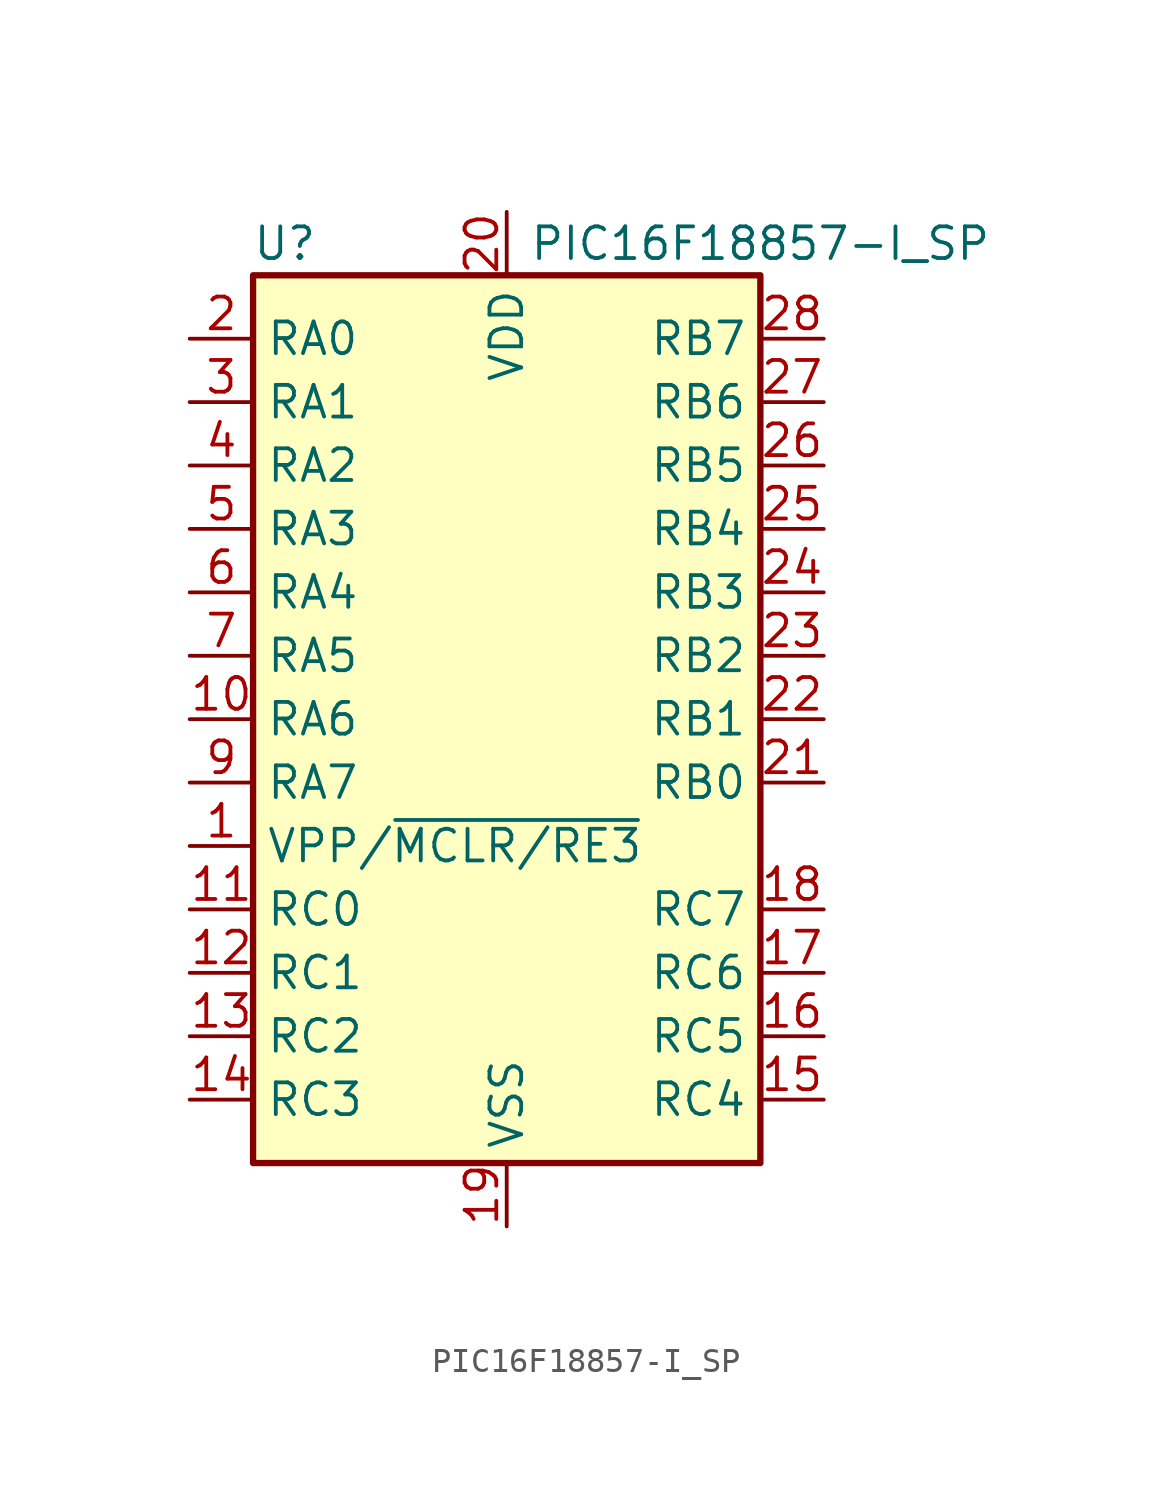
<source format=kicad_sym>
(kicad_symbol_lib
  (version 20211014)
  (generator kicad_symbol_editor)
  (symbol "PIC16F18857-I_SP"
    (property "Reference" "U"
      (at -8.89 19.05 0)
      (effects (font (size 1.27 1.27))))
    (property "Value" "PIC16F18857-I_SP"
      (at 10.16 19.05 0)
      (effects (font (size 1.27 1.27))))
    (symbol "PIC16F18857-I_SP_0_1"
      (rectangle (start -10.16 17.78) (end 10.16 -17.78) (stroke (width 0.254) (type default) (color 0 0 0 0)) (fill (type background))))
    (symbol "PIC16F18857-I_SP_1_1"
      (pin input line (at -12.7 -5.08 0) (length 2.54) (name "VPP/~{MCLR/RE3}" (effects (font (size 1.27 1.27)))) (number "1" (effects (font (size 1.27 1.27)))))
      (pin bidirectional line (at -12.7 0 0) (length 2.54) (name "RA6" (effects (font (size 1.27 1.27)))) (number "10" (effects (font (size 1.27 1.27)))))
      (pin bidirectional line (at -12.7 -7.62 0) (length 2.54) (name "RC0" (effects (font (size 1.27 1.27)))) (number "11" (effects (font (size 1.27 1.27)))))
      (pin bidirectional line (at -12.7 -10.16 0) (length 2.54) (name "RC1" (effects (font (size 1.27 1.27)))) (number "12" (effects (font (size 1.27 1.27)))))
      (pin bidirectional line (at -12.7 -12.7 0) (length 2.54) (name "RC2" (effects (font (size 1.27 1.27)))) (number "13" (effects (font (size 1.27 1.27)))))
      (pin bidirectional line (at -12.7 -15.24 0) (length 2.54) (name "RC3" (effects (font (size 1.27 1.27)))) (number "14" (effects (font (size 1.27 1.27)))))
      (pin bidirectional line (at 12.7 -15.24 180) (length 2.54) (name "RC4" (effects (font (size 1.27 1.27)))) (number "15" (effects (font (size 1.27 1.27)))))
      (pin bidirectional line (at 12.7 -12.7 180) (length 2.54) (name "RC5" (effects (font (size 1.27 1.27)))) (number "16" (effects (font (size 1.27 1.27)))))
      (pin bidirectional line (at 12.7 -10.16 180) (length 2.54) (name "RC6" (effects (font (size 1.27 1.27)))) (number "17" (effects (font (size 1.27 1.27)))))
      (pin bidirectional line (at 12.7 -7.62 180) (length 2.54) (name "RC7" (effects (font (size 1.27 1.27)))) (number "18" (effects (font (size 1.27 1.27)))))
      (pin power_in line (at 0 -20.32 90) (length 2.54) (name "VSS" (effects (font (size 1.27 1.27)))) (number "19" (effects (font (size 1.27 1.27)))))
      (pin bidirectional line (at -12.7 15.24 0) (length 2.54) (name "RA0" (effects (font (size 1.27 1.27)))) (number "2" (effects (font (size 1.27 1.27)))))
      (pin power_in line (at 0 20.32 270) (length 2.54) (name "VDD" (effects (font (size 1.27 1.27)))) (number "20" (effects (font (size 1.27 1.27)))))
      (pin bidirectional line (at 12.7 -2.54 180) (length 2.54) (name "RB0" (effects (font (size 1.27 1.27)))) (number "21" (effects (font (size 1.27 1.27)))))
      (pin bidirectional line (at 12.7 0 180) (length 2.54) (name "RB1" (effects (font (size 1.27 1.27)))) (number "22" (effects (font (size 1.27 1.27)))))
      (pin bidirectional line (at 12.7 2.54 180) (length 2.54) (name "RB2" (effects (font (size 1.27 1.27)))) (number "23" (effects (font (size 1.27 1.27)))))
      (pin bidirectional line (at 12.7 5.08 180) (length 2.54) (name "RB3" (effects (font (size 1.27 1.27)))) (number "24" (effects (font (size 1.27 1.27)))))
      (pin bidirectional line (at 12.7 7.62 180) (length 2.54) (name "RB4" (effects (font (size 1.27 1.27)))) (number "25" (effects (font (size 1.27 1.27)))))
      (pin bidirectional line (at 12.7 10.16 180) (length 2.54) (name "RB5" (effects (font (size 1.27 1.27)))) (number "26" (effects (font (size 1.27 1.27)))))
      (pin bidirectional line (at 12.7 12.7 180) (length 2.54) (name "RB6" (effects (font (size 1.27 1.27)))) (number "27" (effects (font (size 1.27 1.27)))))
      (pin bidirectional line (at 12.7 15.24 180) (length 2.54) (name "RB7" (effects (font (size 1.27 1.27)))) (number "28" (effects (font (size 1.27 1.27)))))
      (pin bidirectional line (at -12.7 12.7 0) (length 2.54) (name "RA1" (effects (font (size 1.27 1.27)))) (number "3" (effects (font (size 1.27 1.27)))))
      (pin bidirectional line (at -12.7 10.16 0) (length 2.54) (name "RA2" (effects (font (size 1.27 1.27)))) (number "4" (effects (font (size 1.27 1.27)))))
      (pin bidirectional line (at -12.7 7.62 0) (length 2.54) (name "RA3" (effects (font (size 1.27 1.27)))) (number "5" (effects (font (size 1.27 1.27)))))
      (pin bidirectional line (at -12.7 5.08 0) (length 2.54) (name "RA4" (effects (font (size 1.27 1.27)))) (number "6" (effects (font (size 1.27 1.27)))))
      (pin bidirectional line (at -12.7 2.54 0) (length 2.54) (name "RA5" (effects (font (size 1.27 1.27)))) (number "7" (effects (font (size 1.27 1.27)))))
      (pin passive line (at 0 -20.32 90) (length 2.54) hide (name "VSS" (effects (font (size 1.27 1.27)))) (number "8" (effects (font (size 1.27 1.27)))))
      (pin bidirectional line (at -12.7 -2.54 0) (length 2.54) (name "RA7" (effects (font (size 1.27 1.27)))) (number "9" (effects (font (size 1.27 1.27))))))))
</source>
